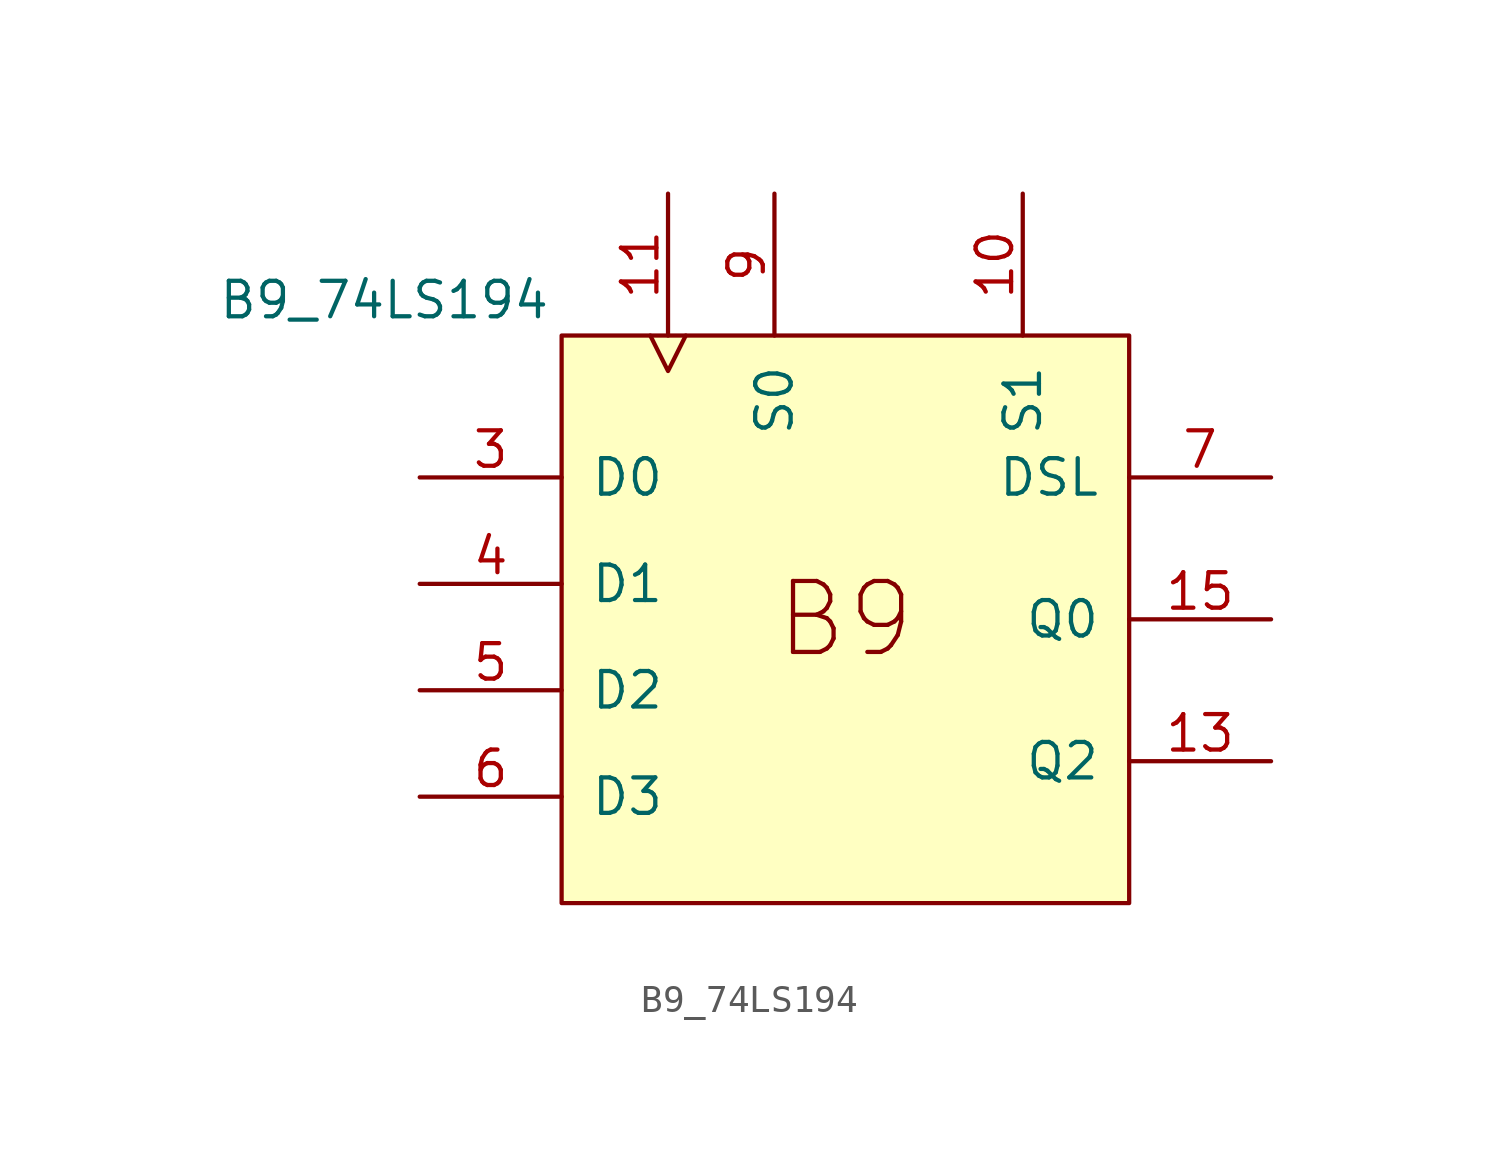
<source format=kicad_sym>
(kicad_symbol_lib
  (version 20211014)
  (generator kicad_symbol_editor)
  (symbol "B9_74LS194"
    (pin_names
      (offset 1.016))
    (property "Reference" "U"
      (at -39.37 30.48 0)
      (effects (font (size 1.27 1.27)) hide))
    (property "Value" "B9_74LS194"
      (at -6.35 1.27 0)
      (effects (font (size 1.27 1.27))))
    (symbol "B9_74LS194_0_0"
      (text "B9" (at 10.16 -10.16 0) (effects (font (size 2.54 2.54)))))
    (symbol "B9_74LS194_0_1"
      (rectangle (start 0 0) (end 20.32 -20.32) (stroke (width 0) (type default) (color 0 0 0 0)) (fill (type background))))
    (symbol "B9_74LS194_1_0"
      (pin input line (at 16.51 5.08 270) (length 5.08) (name "S1" (effects (font (size 1.27 1.27)))) (number "10" (effects (font (size 1.27 1.27)))))
      (pin input clock (at 3.81 5.08 270) (length 5.08) (name "~" (effects (font (size 1.27 1.27)))) (number "11" (effects (font (size 1.27 1.27)))))
      (pin output line (at 25.4 -15.24 180) (length 5.08) (name "Q2" (effects (font (size 1.27 1.27)))) (number "13" (effects (font (size 1.27 1.27)))))
      (pin output line (at 25.4 -10.16 180) (length 5.08) (name "Q0" (effects (font (size 1.27 1.27)))) (number "15" (effects (font (size 1.27 1.27)))))
      (pin input line (at -5.08 -5.08 0) (length 5.08) (name "D0" (effects (font (size 1.27 1.27)))) (number "3" (effects (font (size 1.27 1.27)))))
      (pin input line (at -5.08 -8.89 0) (length 5.08) (name "D1" (effects (font (size 1.27 1.27)))) (number "4" (effects (font (size 1.27 1.27)))))
      (pin input line (at -5.08 -12.7 0) (length 5.08) (name "D2" (effects (font (size 1.27 1.27)))) (number "5" (effects (font (size 1.27 1.27)))))
      (pin input line (at -5.08 -16.51 0) (length 5.08) (name "D3" (effects (font (size 1.27 1.27)))) (number "6" (effects (font (size 1.27 1.27)))))
      (pin input line (at 25.4 -5.08 180) (length 5.08) (name "DSL" (effects (font (size 1.27 1.27)))) (number "7" (effects (font (size 1.27 1.27)))))
      (pin input line (at 7.62 5.08 270) (length 5.08) (name "S0" (effects (font (size 1.27 1.27)))) (number "9" (effects (font (size 1.27 1.27))))))))
</source>
